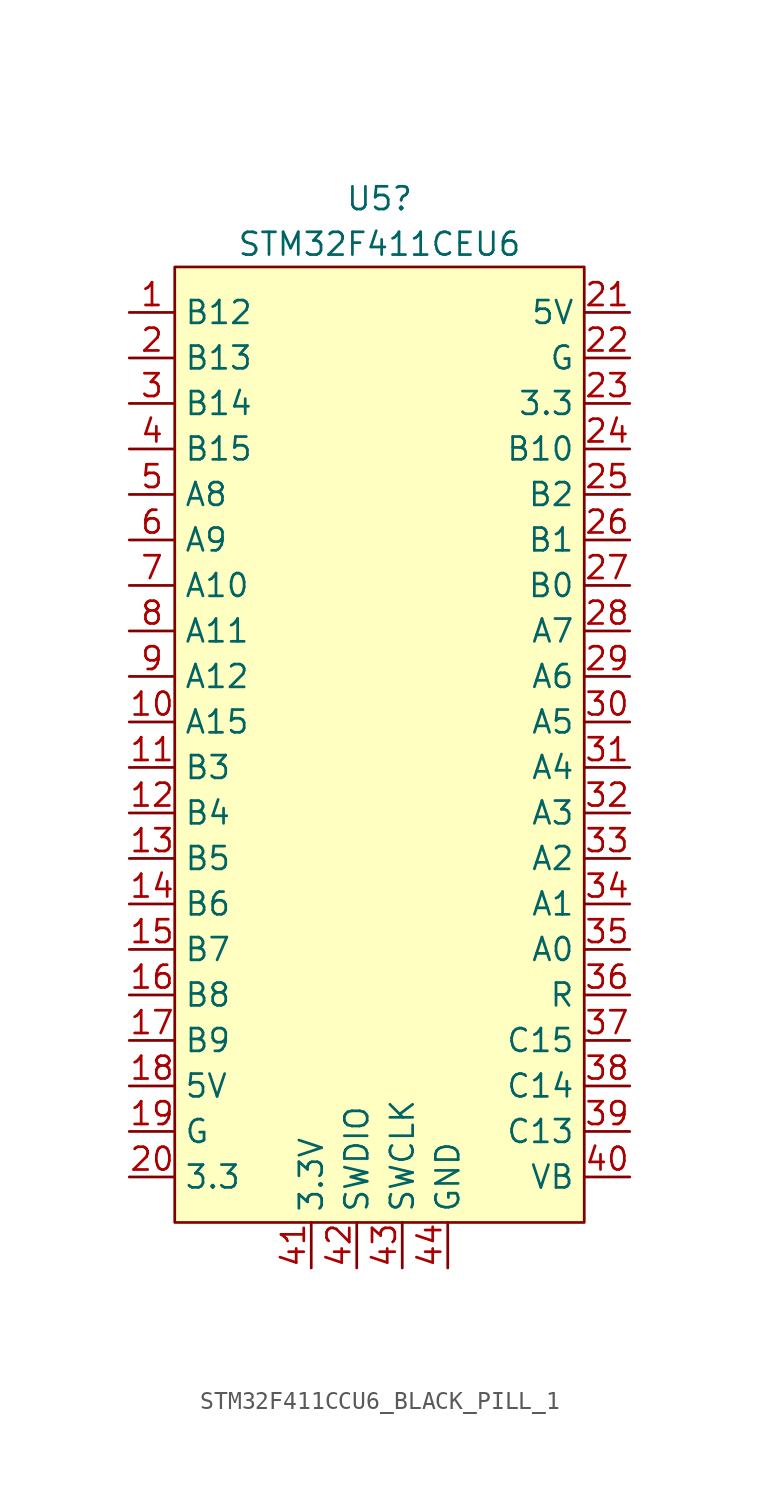
<source format=kicad_sym>
(kicad_symbol_lib
  (version 20220914)
  (generator kicad_symbol_editor)
  (symbol "STM32F411CCU6_BLACK_PILL_1"
    (property "Reference" "U5"
      (at 1.27 13.97 0)
      (effects (font (size 1.27 1.27))))
    (property "Value" "STM32F411CEU6"
      (at 1.27 11.43 0)
      (effects (font (size 1.27 1.27))))
    (symbol "STM32F411CCU6_BLACK_PILL_1_1_1"
      (rectangle (start -10.16 10.16) (end 12.7 -43.18) (stroke (width 0) (type default)) (fill (type background)))
      (pin bidirectional line (at -12.7 7.62 0) (length 2.54) (name "B12" (effects (font (size 1.27 1.27)))) (number "1" (effects (font (size 1.27 1.27)))))
      (pin bidirectional line (at -12.7 -15.24 0) (length 2.54) (name "A15" (effects (font (size 1.27 1.27)))) (number "10" (effects (font (size 1.27 1.27)))))
      (pin bidirectional line (at -12.7 -17.78 0) (length 2.54) (name "B3" (effects (font (size 1.27 1.27)))) (number "11" (effects (font (size 1.27 1.27)))))
      (pin bidirectional line (at -12.7 -20.32 0) (length 2.54) (name "B4" (effects (font (size 1.27 1.27)))) (number "12" (effects (font (size 1.27 1.27)))))
      (pin bidirectional line (at -12.7 -22.86 0) (length 2.54) (name "B5" (effects (font (size 1.27 1.27)))) (number "13" (effects (font (size 1.27 1.27)))))
      (pin bidirectional line (at -12.7 -25.4 0) (length 2.54) (name "B6" (effects (font (size 1.27 1.27)))) (number "14" (effects (font (size 1.27 1.27)))))
      (pin bidirectional line (at -12.7 -27.94 0) (length 2.54) (name "B7" (effects (font (size 1.27 1.27)))) (number "15" (effects (font (size 1.27 1.27)))))
      (pin bidirectional line (at -12.7 -30.48 0) (length 2.54) (name "B8" (effects (font (size 1.27 1.27)))) (number "16" (effects (font (size 1.27 1.27)))))
      (pin bidirectional line (at -12.7 -33.02 0) (length 2.54) (name "B9" (effects (font (size 1.27 1.27)))) (number "17" (effects (font (size 1.27 1.27)))))
      (pin power_in line (at -12.7 -35.56 0) (length 2.54) (name "5V" (effects (font (size 1.27 1.27)))) (number "18" (effects (font (size 1.27 1.27)))))
      (pin power_in line (at -12.7 -38.1 0) (length 2.54) (name "G" (effects (font (size 1.27 1.27)))) (number "19" (effects (font (size 1.27 1.27)))))
      (pin bidirectional line (at -12.7 5.08 0) (length 2.54) (name "B13" (effects (font (size 1.27 1.27)))) (number "2" (effects (font (size 1.27 1.27)))))
      (pin power_out line (at -12.7 -40.64 0) (length 2.54) (name "3.3" (effects (font (size 1.27 1.27)))) (number "20" (effects (font (size 1.27 1.27)))))
      (pin power_in line (at 15.24 7.62 180) (length 2.54) (name "5V" (effects (font (size 1.27 1.27)))) (number "21" (effects (font (size 1.27 1.27)))))
      (pin power_in line (at 15.24 5.08 180) (length 2.54) (name "G" (effects (font (size 1.27 1.27)))) (number "22" (effects (font (size 1.27 1.27)))))
      (pin power_out line (at 15.24 2.54 180) (length 2.54) (name "3.3" (effects (font (size 1.27 1.27)))) (number "23" (effects (font (size 1.27 1.27)))))
      (pin bidirectional line (at 15.24 0 180) (length 2.54) (name "B10" (effects (font (size 1.27 1.27)))) (number "24" (effects (font (size 1.27 1.27)))))
      (pin bidirectional line (at 15.24 -2.54 180) (length 2.54) (name "B2" (effects (font (size 1.27 1.27)))) (number "25" (effects (font (size 1.27 1.27)))))
      (pin bidirectional line (at 15.24 -5.08 180) (length 2.54) (name "B1" (effects (font (size 1.27 1.27)))) (number "26" (effects (font (size 1.27 1.27)))))
      (pin bidirectional line (at 15.24 -7.62 180) (length 2.54) (name "B0" (effects (font (size 1.27 1.27)))) (number "27" (effects (font (size 1.27 1.27)))))
      (pin bidirectional line (at 15.24 -10.16 180) (length 2.54) (name "A7" (effects (font (size 1.27 1.27)))) (number "28" (effects (font (size 1.27 1.27)))))
      (pin bidirectional line (at 15.24 -12.7 180) (length 2.54) (name "A6" (effects (font (size 1.27 1.27)))) (number "29" (effects (font (size 1.27 1.27)))))
      (pin bidirectional line (at -12.7 2.54 0) (length 2.54) (name "B14" (effects (font (size 1.27 1.27)))) (number "3" (effects (font (size 1.27 1.27)))))
      (pin bidirectional line (at 15.24 -15.24 180) (length 2.54) (name "A5" (effects (font (size 1.27 1.27)))) (number "30" (effects (font (size 1.27 1.27)))))
      (pin bidirectional line (at 15.24 -17.78 180) (length 2.54) (name "A4" (effects (font (size 1.27 1.27)))) (number "31" (effects (font (size 1.27 1.27)))))
      (pin bidirectional line (at 15.24 -20.32 180) (length 2.54) (name "A3" (effects (font (size 1.27 1.27)))) (number "32" (effects (font (size 1.27 1.27)))))
      (pin bidirectional line (at 15.24 -22.86 180) (length 2.54) (name "A2" (effects (font (size 1.27 1.27)))) (number "33" (effects (font (size 1.27 1.27)))))
      (pin bidirectional line (at 15.24 -25.4 180) (length 2.54) (name "A1" (effects (font (size 1.27 1.27)))) (number "34" (effects (font (size 1.27 1.27)))))
      (pin bidirectional line (at 15.24 -27.94 180) (length 2.54) (name "A0" (effects (font (size 1.27 1.27)))) (number "35" (effects (font (size 1.27 1.27)))))
      (pin bidirectional line (at 15.24 -30.48 180) (length 2.54) (name "R" (effects (font (size 1.27 1.27)))) (number "36" (effects (font (size 1.27 1.27)))))
      (pin bidirectional line (at 15.24 -33.02 180) (length 2.54) (name "C15" (effects (font (size 1.27 1.27)))) (number "37" (effects (font (size 1.27 1.27)))))
      (pin bidirectional line (at 15.24 -35.56 180) (length 2.54) (name "C14" (effects (font (size 1.27 1.27)))) (number "38" (effects (font (size 1.27 1.27)))))
      (pin bidirectional line (at 15.24 -38.1 180) (length 2.54) (name "C13" (effects (font (size 1.27 1.27)))) (number "39" (effects (font (size 1.27 1.27)))))
      (pin bidirectional line (at -12.7 0 0) (length 2.54) (name "B15" (effects (font (size 1.27 1.27)))) (number "4" (effects (font (size 1.27 1.27)))))
      (pin bidirectional line (at 15.24 -40.64 180) (length 2.54) (name "VB" (effects (font (size 1.27 1.27)))) (number "40" (effects (font (size 1.27 1.27)))))
      (pin bidirectional line (at -2.54 -45.72 90) (length 2.54) (name "3.3V" (effects (font (size 1.27 1.27)))) (number "41" (effects (font (size 1.27 1.27)))))
      (pin bidirectional line (at 0 -45.72 90) (length 2.54) (name "SWDIO" (effects (font (size 1.27 1.27)))) (number "42" (effects (font (size 1.27 1.27)))))
      (pin bidirectional line (at 2.54 -45.72 90) (length 2.54) (name "SWCLK" (effects (font (size 1.27 1.27)))) (number "43" (effects (font (size 1.27 1.27)))))
      (pin power_in line (at 5.08 -45.72 90) (length 2.54) (name "GND" (effects (font (size 1.27 1.27)))) (number "44" (effects (font (size 1.27 1.27)))))
      (pin bidirectional line (at -12.7 -2.54 0) (length 2.54) (name "A8" (effects (font (size 1.27 1.27)))) (number "5" (effects (font (size 1.27 1.27)))))
      (pin bidirectional line (at -12.7 -5.08 0) (length 2.54) (name "A9" (effects (font (size 1.27 1.27)))) (number "6" (effects (font (size 1.27 1.27)))))
      (pin bidirectional line (at -12.7 -7.62 0) (length 2.54) (name "A10" (effects (font (size 1.27 1.27)))) (number "7" (effects (font (size 1.27 1.27)))))
      (pin bidirectional line (at -12.7 -10.16 0) (length 2.54) (name "A11" (effects (font (size 1.27 1.27)))) (number "8" (effects (font (size 1.27 1.27)))))
      (pin bidirectional line (at -12.7 -12.7 0) (length 2.54) (name "A12" (effects (font (size 1.27 1.27)))) (number "9" (effects (font (size 1.27 1.27))))))))
</source>
